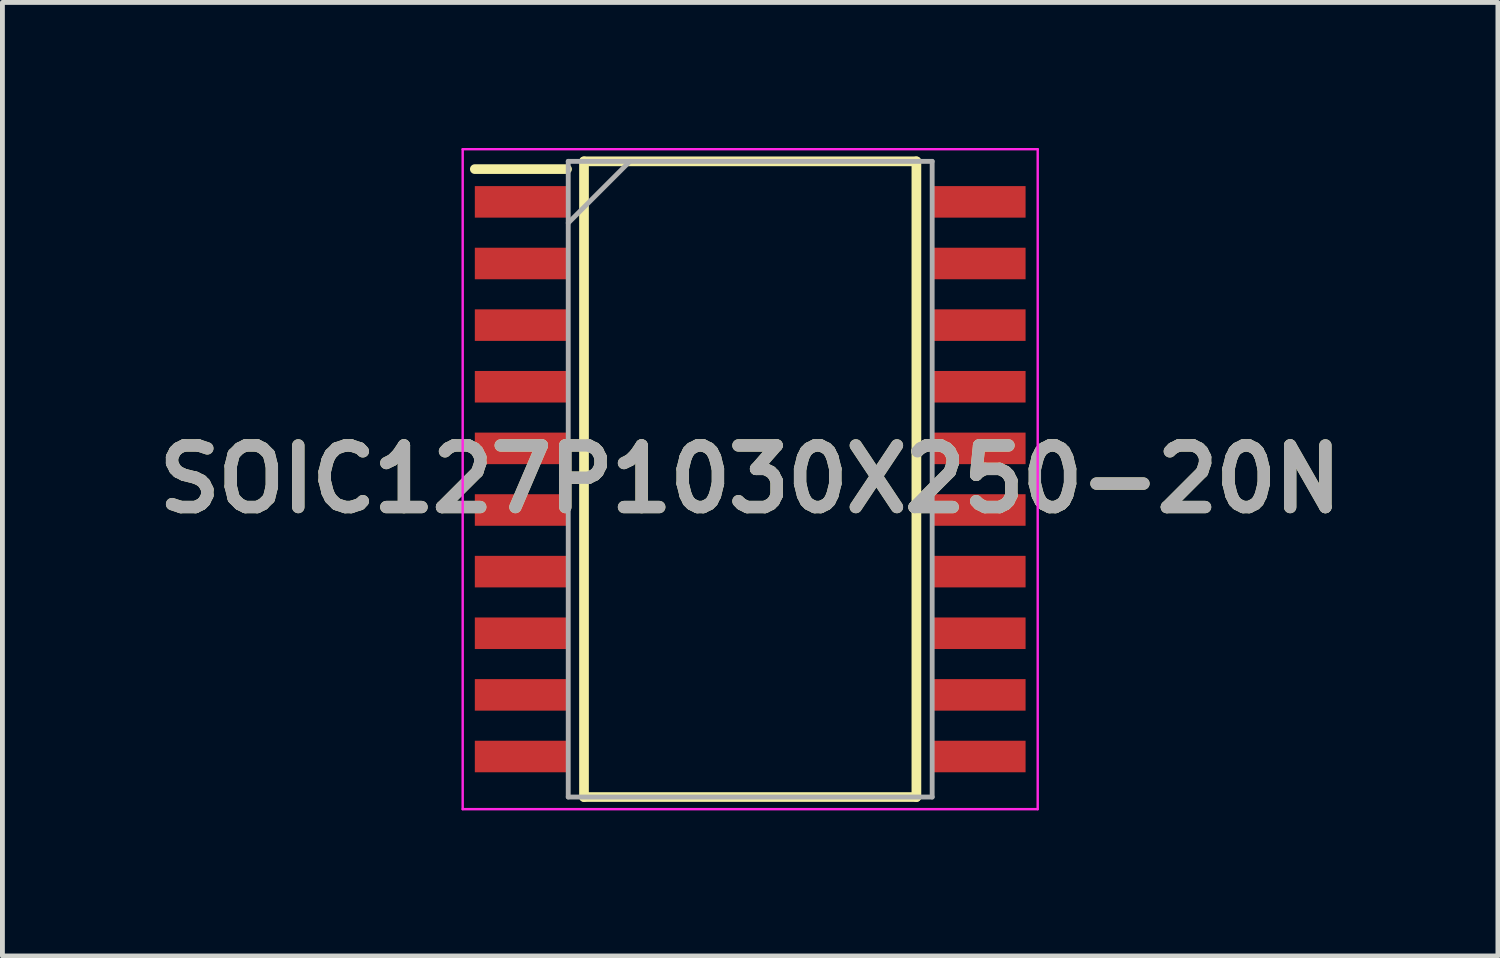
<source format=kicad_pcb>
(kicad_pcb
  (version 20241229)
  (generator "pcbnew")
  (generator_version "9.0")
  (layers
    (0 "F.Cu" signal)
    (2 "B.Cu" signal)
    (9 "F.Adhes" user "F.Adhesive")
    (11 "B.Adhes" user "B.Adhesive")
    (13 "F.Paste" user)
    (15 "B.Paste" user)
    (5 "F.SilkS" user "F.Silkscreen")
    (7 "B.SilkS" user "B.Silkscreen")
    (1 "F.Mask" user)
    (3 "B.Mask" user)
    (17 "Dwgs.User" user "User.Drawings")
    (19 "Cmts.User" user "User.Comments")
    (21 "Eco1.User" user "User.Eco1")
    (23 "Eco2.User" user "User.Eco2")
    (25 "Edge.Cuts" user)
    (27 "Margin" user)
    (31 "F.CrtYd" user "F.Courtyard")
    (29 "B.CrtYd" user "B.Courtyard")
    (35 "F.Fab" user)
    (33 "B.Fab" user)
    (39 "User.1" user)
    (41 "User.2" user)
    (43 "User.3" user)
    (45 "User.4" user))
  (footprint "SOIC127P1030X250-20N"
    (layer "F.Cu")
    (at 12.41 6.825)
    (property "Reference" "SOIC127P1030X250-20N" (at 0 0 0) (layer "F.SilkS") (effects (font (size 1.27 1.27) (thickness 0.254))))
    (attr smd)
    (fp_line (start -5.675 -6.39) (end -3.775 -6.39) (stroke (width 0.2) (type solid)) (layer "F.SilkS"))
    (fp_line (start -3.425 -6.55) (end 3.425 -6.55) (stroke (width 0.2) (type solid)) (layer "F.SilkS"))
    (fp_line (start -3.425 6.55) (end -3.425 -6.55) (stroke (width 0.2) (type solid)) (layer "F.SilkS"))
    (fp_line (start 3.425 -6.55) (end 3.425 6.55) (stroke (width 0.2) (type solid)) (layer "F.SilkS"))
    (fp_line (start 3.425 6.55) (end -3.425 6.55) (stroke (width 0.2) (type solid)) (layer "F.SilkS"))
    (fp_line (start -5.925 -6.8) (end 5.925 -6.8) (stroke (width 0.05) (type solid)) (layer "F.CrtYd"))
    (fp_line (start -5.925 6.8) (end -5.925 -6.8) (stroke (width 0.05) (type solid)) (layer "F.CrtYd"))
    (fp_line (start 5.925 -6.8) (end 5.925 6.8) (stroke (width 0.05) (type solid)) (layer "F.CrtYd"))
    (fp_line (start 5.925 6.8) (end -5.925 6.8) (stroke (width 0.05) (type solid)) (layer "F.CrtYd"))
    (fp_line (start -3.75 -6.55) (end 3.75 -6.55) (stroke (width 0.1) (type solid)) (layer "F.Fab"))
    (fp_line (start -3.75 -5.28) (end -2.48 -6.55) (stroke (width 0.1) (type solid)) (layer "F.Fab"))
    (fp_line (start -3.75 6.55) (end -3.75 -6.55) (stroke (width 0.1) (type solid)) (layer "F.Fab"))
    (fp_line (start 3.75 -6.55) (end 3.75 6.55) (stroke (width 0.1) (type solid)) (layer "F.Fab"))
    (fp_line (start 3.75 6.55) (end -3.75 6.55) (stroke (width 0.1) (type solid)) (layer "F.Fab"))
    (fp_text user "${REFERENCE}" (at 0 0 0) (layer "F.Fab") (effects (font (size 1.27 1.27) (thickness 0.254))))
    (pad "1" smd rect (at -4.725 -5.715 90) (size 0.65 1.9) (layers "F.Cu" "F.Mask" "F.Paste"))
    (pad "2" smd rect (at -4.725 -4.445 90) (size 0.65 1.9) (layers "F.Cu" "F.Mask" "F.Paste"))
    (pad "3" smd rect (at -4.725 -3.175 90) (size 0.65 1.9) (layers "F.Cu" "F.Mask" "F.Paste"))
    (pad "4" smd rect (at -4.725 -1.905 90) (size 0.65 1.9) (layers "F.Cu" "F.Mask" "F.Paste"))
    (pad "5" smd rect (at -4.725 -0.635 90) (size 0.65 1.9) (layers "F.Cu" "F.Mask" "F.Paste"))
    (pad "6" smd rect (at -4.725 0.635 90) (size 0.65 1.9) (layers "F.Cu" "F.Mask" "F.Paste"))
    (pad "7" smd rect (at -4.725 1.905 90) (size 0.65 1.9) (layers "F.Cu" "F.Mask" "F.Paste"))
    (pad "8" smd rect (at -4.725 3.175 90) (size 0.65 1.9) (layers "F.Cu" "F.Mask" "F.Paste"))
    (pad "9" smd rect (at -4.725 4.445 90) (size 0.65 1.9) (layers "F.Cu" "F.Mask" "F.Paste"))
    (pad "10" smd rect (at -4.725 5.715 90) (size 0.65 1.9) (layers "F.Cu" "F.Mask" "F.Paste"))
    (pad "11" smd rect (at 4.725 5.715 90) (size 0.65 1.9) (layers "F.Cu" "F.Mask" "F.Paste"))
    (pad "12" smd rect (at 4.725 4.445 90) (size 0.65 1.9) (layers "F.Cu" "F.Mask" "F.Paste"))
    (pad "13" smd rect (at 4.725 3.175 90) (size 0.65 1.9) (layers "F.Cu" "F.Mask" "F.Paste"))
    (pad "14" smd rect (at 4.725 1.905 90) (size 0.65 1.9) (layers "F.Cu" "F.Mask" "F.Paste"))
    (pad "15" smd rect (at 4.725 0.635 90) (size 0.65 1.9) (layers "F.Cu" "F.Mask" "F.Paste"))
    (pad "16" smd rect (at 4.725 -0.635 90) (size 0.65 1.9) (layers "F.Cu" "F.Mask" "F.Paste"))
    (pad "17" smd rect (at 4.725 -1.905 90) (size 0.65 1.9) (layers "F.Cu" "F.Mask" "F.Paste"))
    (pad "18" smd rect (at 4.725 -3.175 90) (size 0.65 1.9) (layers "F.Cu" "F.Mask" "F.Paste"))
    (pad "19" smd rect (at 4.725 -4.445 90) (size 0.65 1.9) (layers "F.Cu" "F.Mask" "F.Paste"))
    (pad "20" smd rect (at 4.725 -5.715 90) (size 0.65 1.9) (layers "F.Cu" "F.Mask" "F.Paste")))
  (gr_rect
    (start -3 -3)
    (end 27.819 16.65)
    (stroke (width 0.1) (type default))
    (fill no)
    (layer "Edge.Cuts")))
</source>
